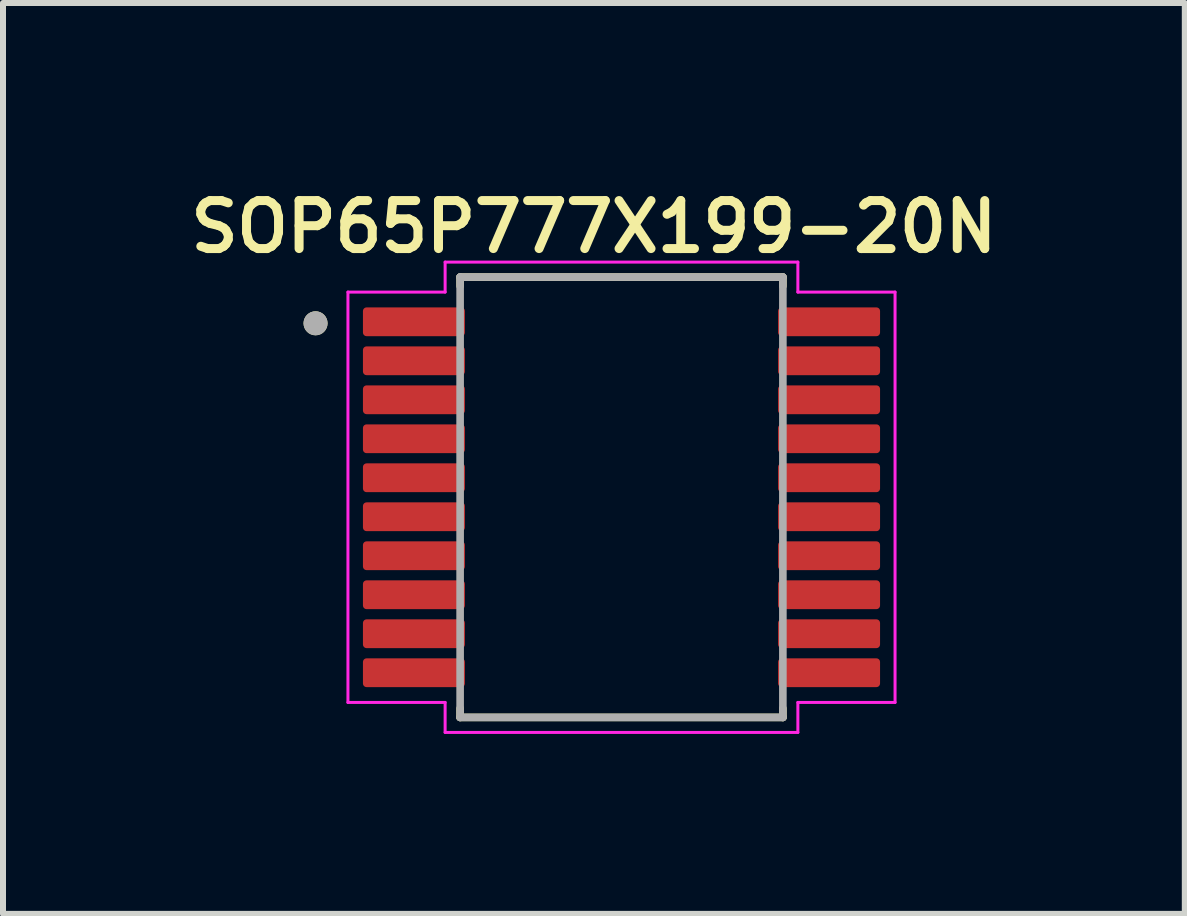
<source format=kicad_pcb>
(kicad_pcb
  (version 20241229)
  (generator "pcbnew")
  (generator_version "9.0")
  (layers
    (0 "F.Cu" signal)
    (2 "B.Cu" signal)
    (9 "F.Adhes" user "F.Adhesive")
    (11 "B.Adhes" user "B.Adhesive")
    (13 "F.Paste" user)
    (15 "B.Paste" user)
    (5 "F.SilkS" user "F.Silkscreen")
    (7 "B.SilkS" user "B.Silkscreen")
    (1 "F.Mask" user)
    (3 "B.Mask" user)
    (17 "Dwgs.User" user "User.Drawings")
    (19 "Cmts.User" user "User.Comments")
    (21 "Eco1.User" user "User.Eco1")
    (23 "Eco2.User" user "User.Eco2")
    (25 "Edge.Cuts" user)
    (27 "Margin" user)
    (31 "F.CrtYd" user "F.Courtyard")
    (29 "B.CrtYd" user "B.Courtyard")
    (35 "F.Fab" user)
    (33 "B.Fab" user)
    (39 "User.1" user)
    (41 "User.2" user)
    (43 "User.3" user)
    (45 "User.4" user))
  (footprint "SOP65P777X199-20N"
    (layer "F.Cu")
    (at 7.31 5.239)
    (property "Reference" "SOP65P777X199-20N" (at -0.46 -4.508 0) (layer "F.SilkS") (effects (font (size 0.8 0.8) (thickness 0.15))))
    (attr smd)
    (fp_line (start -2.69 -3.67) (end 2.69 -3.67) (stroke (width 0.127) (type solid)) (layer "F.SilkS"))
    (fp_line (start -2.69 -3.52) (end -2.69 -3.67) (stroke (width 0.127) (type solid)) (layer "F.SilkS"))
    (fp_line (start -2.69 3.67) (end -2.69 3.52) (stroke (width 0.127) (type solid)) (layer "F.SilkS"))
    (fp_line (start 2.69 -3.67) (end 2.69 -3.52) (stroke (width 0.127) (type solid)) (layer "F.SilkS"))
    (fp_line (start 2.69 3.52) (end 2.69 3.67) (stroke (width 0.127) (type solid)) (layer "F.SilkS"))
    (fp_line (start 2.69 3.67) (end -2.69 3.67) (stroke (width 0.127) (type solid)) (layer "F.SilkS"))
    (fp_circle (center -5.1 -2.9) (end -5 -2.9) (stroke (width 0.2) (type solid)) (fill no) (layer "F.SilkS"))
    (fp_line (start -4.56 -3.42) (end -2.94 -3.42) (stroke (width 0.05) (type solid)) (layer "F.CrtYd"))
    (fp_line (start -4.56 3.42) (end -4.56 -3.42) (stroke (width 0.05) (type solid)) (layer "F.CrtYd"))
    (fp_line (start -2.94 -3.92) (end 2.94 -3.92) (stroke (width 0.05) (type solid)) (layer "F.CrtYd"))
    (fp_line (start -2.94 -3.42) (end -2.94 -3.92) (stroke (width 0.05) (type solid)) (layer "F.CrtYd"))
    (fp_line (start -2.94 3.42) (end -4.56 3.42) (stroke (width 0.05) (type solid)) (layer "F.CrtYd"))
    (fp_line (start -2.94 3.92) (end -2.94 3.42) (stroke (width 0.05) (type solid)) (layer "F.CrtYd"))
    (fp_line (start 2.94 -3.92) (end 2.94 -3.42) (stroke (width 0.05) (type solid)) (layer "F.CrtYd"))
    (fp_line (start 2.94 -3.42) (end 4.56 -3.42) (stroke (width 0.05) (type solid)) (layer "F.CrtYd"))
    (fp_line (start 2.94 3.42) (end 2.94 3.92) (stroke (width 0.05) (type solid)) (layer "F.CrtYd"))
    (fp_line (start 2.94 3.92) (end -2.94 3.92) (stroke (width 0.05) (type solid)) (layer "F.CrtYd"))
    (fp_line (start 4.56 -3.42) (end 4.56 3.42) (stroke (width 0.05) (type solid)) (layer "F.CrtYd"))
    (fp_line (start 4.56 3.42) (end 2.94 3.42) (stroke (width 0.05) (type solid)) (layer "F.CrtYd"))
    (fp_line (start -2.69 -3.67) (end 2.69 -3.67) (stroke (width 0.127) (type solid)) (layer "F.Fab"))
    (fp_line (start -2.69 3.67) (end -2.69 -3.67) (stroke (width 0.127) (type solid)) (layer "F.Fab"))
    (fp_line (start 2.69 -3.67) (end 2.69 3.67) (stroke (width 0.127) (type solid)) (layer "F.Fab"))
    (fp_line (start 2.69 3.67) (end -2.69 3.67) (stroke (width 0.127) (type solid)) (layer "F.Fab"))
    (fp_circle (center -5.1 -2.9) (end -5 -2.9) (stroke (width 0.2) (type solid)) (fill no) (layer "F.Fab"))
    (pad "1" smd roundrect (at -3.46 -2.925) (size 1.7 0.48) (layers "F.Cu" "F.Mask" "F.Paste") (roundrect_rratio 0.125))
    (pad "2" smd roundrect (at -3.46 -2.275) (size 1.7 0.48) (layers "F.Cu" "F.Mask" "F.Paste") (roundrect_rratio 0.125))
    (pad "3" smd roundrect (at -3.46 -1.625) (size 1.7 0.48) (layers "F.Cu" "F.Mask" "F.Paste") (roundrect_rratio 0.125))
    (pad "4" smd roundrect (at -3.46 -0.975) (size 1.7 0.48) (layers "F.Cu" "F.Mask" "F.Paste") (roundrect_rratio 0.125))
    (pad "5" smd roundrect (at -3.46 -0.325) (size 1.7 0.48) (layers "F.Cu" "F.Mask" "F.Paste") (roundrect_rratio 0.125))
    (pad "6" smd roundrect (at -3.46 0.325) (size 1.7 0.48) (layers "F.Cu" "F.Mask" "F.Paste") (roundrect_rratio 0.125))
    (pad "7" smd roundrect (at -3.46 0.975) (size 1.7 0.48) (layers "F.Cu" "F.Mask" "F.Paste") (roundrect_rratio 0.125))
    (pad "8" smd roundrect (at -3.46 1.625) (size 1.7 0.48) (layers "F.Cu" "F.Mask" "F.Paste") (roundrect_rratio 0.125))
    (pad "9" smd roundrect (at -3.46 2.275) (size 1.7 0.48) (layers "F.Cu" "F.Mask" "F.Paste") (roundrect_rratio 0.125))
    (pad "10" smd roundrect (at -3.46 2.925) (size 1.7 0.48) (layers "F.Cu" "F.Mask" "F.Paste") (roundrect_rratio 0.125))
    (pad "11" smd roundrect (at 3.46 2.925) (size 1.7 0.48) (layers "F.Cu" "F.Mask" "F.Paste") (roundrect_rratio 0.125))
    (pad "12" smd roundrect (at 3.46 2.275) (size 1.7 0.48) (layers "F.Cu" "F.Mask" "F.Paste") (roundrect_rratio 0.125))
    (pad "13" smd roundrect (at 3.46 1.625) (size 1.7 0.48) (layers "F.Cu" "F.Mask" "F.Paste") (roundrect_rratio 0.125))
    (pad "14" smd roundrect (at 3.46 0.975) (size 1.7 0.48) (layers "F.Cu" "F.Mask" "F.Paste") (roundrect_rratio 0.125))
    (pad "15" smd roundrect (at 3.46 0.325) (size 1.7 0.48) (layers "F.Cu" "F.Mask" "F.Paste") (roundrect_rratio 0.125))
    (pad "16" smd roundrect (at 3.46 -0.325) (size 1.7 0.48) (layers "F.Cu" "F.Mask" "F.Paste") (roundrect_rratio 0.125))
    (pad "17" smd roundrect (at 3.46 -0.975) (size 1.7 0.48) (layers "F.Cu" "F.Mask" "F.Paste") (roundrect_rratio 0.125))
    (pad "18" smd roundrect (at 3.46 -1.625) (size 1.7 0.48) (layers "F.Cu" "F.Mask" "F.Paste") (roundrect_rratio 0.125))
    (pad "19" smd roundrect (at 3.46 -2.275) (size 1.7 0.48) (layers "F.Cu" "F.Mask" "F.Paste") (roundrect_rratio 0.125))
    (pad "20" smd roundrect (at 3.46 -2.925) (size 1.7 0.48) (layers "F.Cu" "F.Mask" "F.Paste") (roundrect_rratio 0.125)))
  (gr_rect
    (start -3 -3)
    (end 16.7 12.184)
    (stroke (width 0.1) (type default))
    (fill no)
    (layer "Edge.Cuts")))
</source>
